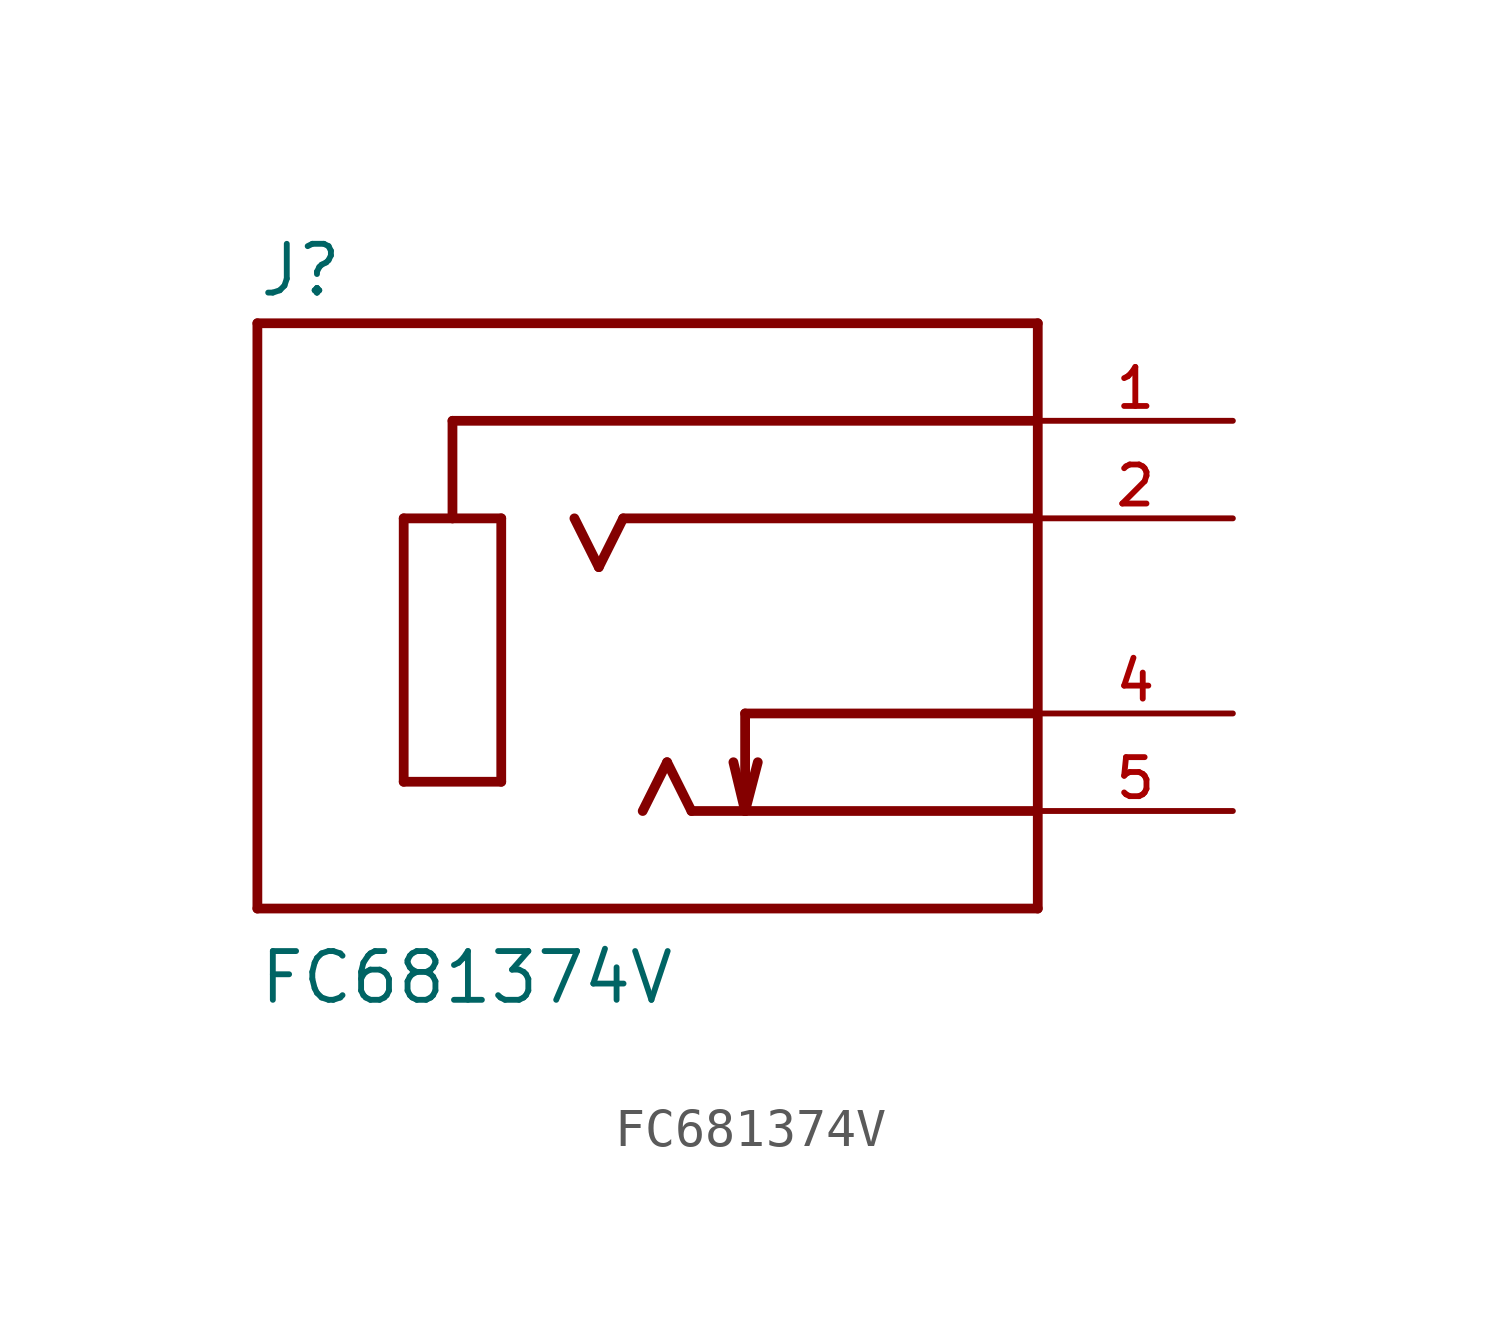
<source format=kicad_sym>
(kicad_symbol_lib
  (version 20201005)
  (generator kicad_symbol_editor)
  (symbol "FC681374V"
    (pin_names
      (offset 1.016) hide)
    (property "Reference" "J"
      (at -10.16 8.255 0)
      (effects (font (size 1.27 1.27)) (justify left bottom)))
    (property "Value" "FC681374V"
      (at -10.16 -10.16 0)
      (effects (font (size 1.27 1.27)) (justify left bottom)))
    (property "ki_locked" ""
      (at 0 0 0)
      (effects (font (size 1.27 1.27))))
    (symbol "FC681374V_0_0"
      (polyline (pts (xy -10.16 -7.62) (xy -10.16 7.62)) (stroke (width 0.254)) (fill (type none)))
      (polyline (pts (xy -10.16 7.62) (xy 10.16 7.62)) (stroke (width 0.254)) (fill (type none)))
      (polyline (pts (xy -6.35 -4.318) (xy -3.81 -4.318)) (stroke (width 0.254)) (fill (type none)))
      (polyline (pts (xy -6.35 2.54) (xy -6.35 -4.318)) (stroke (width 0.254)) (fill (type none)))
      (polyline (pts (xy -5.08 2.54) (xy -6.35 2.54)) (stroke (width 0.254)) (fill (type none)))
      (polyline (pts (xy -5.08 2.54) (xy -5.08 5.08)) (stroke (width 0.254)) (fill (type none)))
      (polyline (pts (xy -5.08 5.08) (xy 10.16 5.08)) (stroke (width 0.254)) (fill (type none)))
      (polyline (pts (xy -3.81 -4.318) (xy -3.81 2.54)) (stroke (width 0.254)) (fill (type none)))
      (polyline (pts (xy -3.81 2.54) (xy -5.08 2.54)) (stroke (width 0.254)) (fill (type none)))
      (polyline (pts (xy -1.905 2.54) (xy -1.27 1.27)) (stroke (width 0.254)) (fill (type none)))
      (polyline (pts (xy -1.27 1.27) (xy -0.635 2.54)) (stroke (width 0.254)) (fill (type none)))
      (polyline (pts (xy -0.635 2.54) (xy 10.16 2.54)) (stroke (width 0.254)) (fill (type none)))
      (polyline (pts (xy -0.127 -5.08) (xy 0.508 -3.81)) (stroke (width 0.254)) (fill (type none)))
      (polyline (pts (xy 0.508 -3.81) (xy 1.143 -5.08)) (stroke (width 0.254)) (fill (type none)))
      (polyline (pts (xy 1.143 -5.08) (xy 2.54 -5.08)) (stroke (width 0.254)) (fill (type none)))
      (polyline (pts (xy 2.54 -5.08) (xy 2.235 -3.81)) (stroke (width 0.254)) (fill (type none)))
      (polyline (pts (xy 2.54 -5.08) (xy 2.87 -3.81)) (stroke (width 0.254)) (fill (type none)))
      (polyline (pts (xy 2.54 -5.08) (xy 10.16 -5.08)) (stroke (width 0.254)) (fill (type none)))
      (polyline (pts (xy 2.54 -2.54) (xy 2.54 -5.08)) (stroke (width 0.254)) (fill (type none)))
      (polyline (pts (xy 2.54 -2.54) (xy 10.16 -2.54)) (stroke (width 0.254)) (fill (type none)))
      (polyline (pts (xy 10.16 -7.62) (xy -10.16 -7.62)) (stroke (width 0.254)) (fill (type none)))
      (polyline (pts (xy 10.16 -2.54) (xy 10.16 -7.62)) (stroke (width 0.254)) (fill (type none)))
      (polyline (pts (xy 10.16 7.62) (xy 10.16 -2.54)) (stroke (width 0.254)) (fill (type none)))
      (pin passive line (at 15.24 5.08 180) (length 5.08) (name "1" (effects (font (size 1.016 1.016)))) (number "1" (effects (font (size 1.016 1.016)))))
      (pin passive line (at 15.24 2.54 180) (length 5.08) (name "2" (effects (font (size 1.016 1.016)))) (number "2" (effects (font (size 1.016 1.016)))))
      (pin passive line (at 15.24 -2.54 180) (length 5.08) (name "4" (effects (font (size 1.016 1.016)))) (number "4" (effects (font (size 1.016 1.016)))))
      (pin passive line (at 15.24 -5.08 180) (length 5.08) (name "5" (effects (font (size 1.016 1.016)))) (number "5" (effects (font (size 1.016 1.016))))))))
</source>
